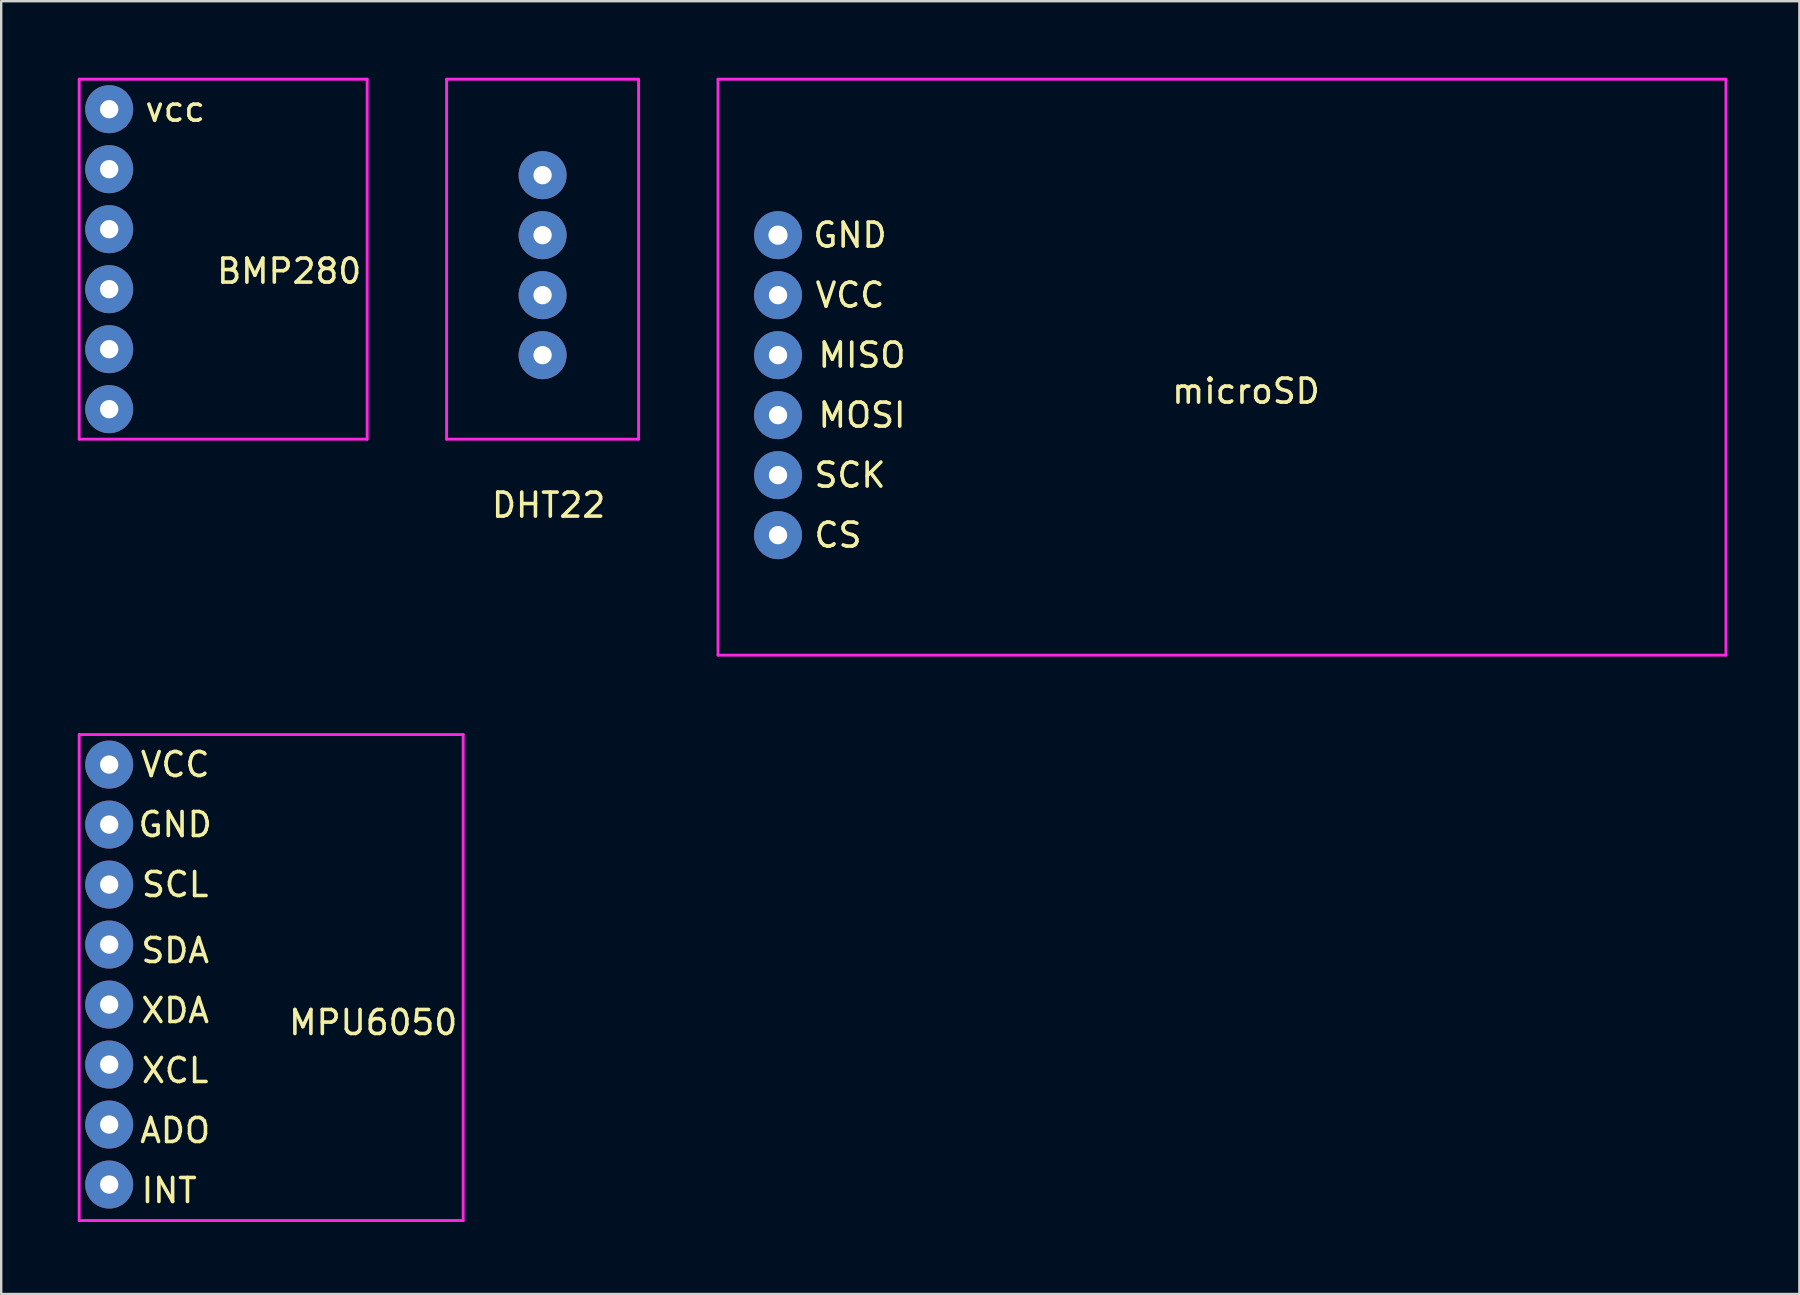
<source format=kicad_pcb>
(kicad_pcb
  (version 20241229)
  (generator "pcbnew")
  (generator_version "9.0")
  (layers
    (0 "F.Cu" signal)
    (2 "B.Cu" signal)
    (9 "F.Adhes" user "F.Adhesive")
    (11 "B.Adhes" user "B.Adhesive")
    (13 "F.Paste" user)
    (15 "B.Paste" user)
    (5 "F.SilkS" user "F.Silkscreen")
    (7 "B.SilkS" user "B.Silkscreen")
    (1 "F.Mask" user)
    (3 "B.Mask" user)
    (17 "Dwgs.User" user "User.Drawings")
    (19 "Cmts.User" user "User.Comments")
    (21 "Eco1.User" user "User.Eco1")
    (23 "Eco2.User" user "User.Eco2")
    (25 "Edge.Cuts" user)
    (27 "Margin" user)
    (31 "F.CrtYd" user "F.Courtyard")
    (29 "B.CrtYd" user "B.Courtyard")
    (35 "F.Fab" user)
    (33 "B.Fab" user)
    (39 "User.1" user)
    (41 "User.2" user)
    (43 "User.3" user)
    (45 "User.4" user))
  (footprint "DHT22"
    (layer "F.Cu")
    (at 15.56 0.25)
    (property "Reference" "DHT22" (at 4.25 17.75 0) (layer "F.SilkS") (effects (font (size 1 1) (thickness 0.15))))
    (attr through_hole)
    (fp_line (start 0 0) (end 8 0) (stroke (width 0.12) (type solid)) (layer "F.CrtYd"))
    (fp_line (start 0 15) (end 0 0) (stroke (width 0.12) (type solid)) (layer "F.CrtYd"))
    (fp_line (start 8 0) (end 8 15) (stroke (width 0.12) (type solid)) (layer "F.CrtYd"))
    (fp_line (start 8 15) (end 0 15) (stroke (width 0.12) (type solid)) (layer "F.CrtYd"))
    (pad "1" thru_hole circle (at 4 4) (size 2 2) (drill 0.762) (layers "*.Cu" "*.Mask"))
    (pad "2" thru_hole circle (at 4 6.5) (size 2 2) (drill 0.762) (layers "*.Cu" "*.Mask"))
    (pad "3" thru_hole circle (at 4 9) (size 2 2) (drill 0.762) (layers "*.Cu" "*.Mask"))
    (pad "4" thru_hole circle (at 4 11.5) (size 2 2) (drill 0.762) (layers "*.Cu" "*.Mask")))
  (footprint "microSD"
    (layer "F.Cu")
    (at 26.87 0.25)
    (property "Reference" "microSD" (at 22 13 0) (layer "F.SilkS") (effects (font (size 1 1) (thickness 0.15))))
    (attr through_hole)
    (fp_line (start 0 0) (end 42 0) (stroke (width 0.12) (type solid)) (layer "F.CrtYd"))
    (fp_line (start 0 24) (end 0 0) (stroke (width 0.12) (type solid)) (layer "F.CrtYd"))
    (fp_line (start 42 0) (end 42 24) (stroke (width 0.12) (type solid)) (layer "F.CrtYd"))
    (fp_line (start 42 24) (end 0 24) (stroke (width 0.12) (type solid)) (layer "F.CrtYd"))
    (fp_text user "CS" (at 5 19 0) (layer "F.SilkS") (effects (font (size 1 1) (thickness 0.15))))
    (fp_text user "SCK" (at 5.5 16.5 0) (layer "F.SilkS") (effects (font (size 1 1) (thickness 0.15))))
    (fp_text user "VCC" (at 5.5 9 0) (layer "F.SilkS") (effects (font (size 1 1) (thickness 0.15))))
    (fp_text user "GND" (at 5.5 6.5 0) (layer "F.SilkS") (effects (font (size 1 1) (thickness 0.15))))
    (fp_text user "MOSI" (at 6 14 0) (layer "F.SilkS") (effects (font (size 1 1) (thickness 0.15))))
    (fp_text user "MISO" (at 6 11.5 0) (layer "F.SilkS") (effects (font (size 1 1) (thickness 0.15))))
    (pad "1" thru_hole circle (at 2.5 6.5) (size 2 2) (drill 0.8) (layers "*.Cu" "*.Mask"))
    (pad "2" thru_hole circle (at 2.5 9) (size 2 2) (drill 0.762) (layers "*.Cu" "*.Mask"))
    (pad "3" thru_hole circle (at 2.5 11.5) (size 2 2) (drill 0.762) (layers "*.Cu" "*.Mask"))
    (pad "4" thru_hole circle (at 2.5 14) (size 2 2) (drill 0.762) (layers "*.Cu" "*.Mask"))
    (pad "5" thru_hole circle (at 2.5 16.5) (size 2 2) (drill 0.762) (layers "*.Cu" "*.Mask"))
    (pad "6" thru_hole circle (at 2.5 19) (size 2 2) (drill 0.762) (layers "*.Cu" "*.Mask")))
  (footprint "BMP280"
    (layer "F.Cu")
    (at 0.25 0.25)
    (property "Reference" "BMP280" (at 8.75 8 180) (layer "F.SilkS") (effects (font (size 1 1) (thickness 0.15))))
    (attr through_hole)
    (fp_line (start 0 0) (end 12 0) (stroke (width 0.12) (type solid)) (layer "F.CrtYd"))
    (fp_line (start 0 15) (end 0 0) (stroke (width 0.12) (type solid)) (layer "F.CrtYd"))
    (fp_line (start 12 0) (end 12 15) (stroke (width 0.12) (type solid)) (layer "F.CrtYd"))
    (fp_line (start 12 15) (end 0 15) (stroke (width 0.12) (type solid)) (layer "F.CrtYd"))
    (fp_text user "vcc" (at 4 1.25 0) (layer "F.SilkS") (effects (font (size 1 1) (thickness 0.15))))
    (fp_text user "scl" (at 3.75 6.25 0) (layer "B.Paste") (effects (font (size 1 1) (thickness 0.15))))
    (fp_text user "sda" (at 4 8.75 0) (layer "B.Paste") (effects (font (size 1 1) (thickness 0.15))))
    (fp_text user "csb" (at 3.75 11.25 0) (layer "B.Paste") (effects (font (size 1 1) (thickness 0.15))))
    (fp_text user "sdd" (at 3.75 13.75 0) (layer "B.Paste") (effects (font (size 1 1) (thickness 0.15))))
    (fp_text user "gnd" (at 4 3.75 0) (layer "B.Paste") (effects (font (size 1 1) (thickness 0.15))))
    (pad "1" thru_hole circle (at 1.25 13.75 90) (size 2 2) (drill 0.762) (layers "*.Cu" "*.Mask"))
    (pad "2" thru_hole circle (at 1.25 11.25 90) (size 2 2) (drill 0.762) (layers "*.Cu" "*.Mask"))
    (pad "3" thru_hole circle (at 1.25 8.75 90) (size 2 2) (drill 0.762) (layers "*.Cu" "*.Mask"))
    (pad "4" thru_hole circle (at 1.25 6.25 90) (size 2 2) (drill 0.762) (layers "*.Cu" "*.Mask"))
    (pad "5" thru_hole circle (at 1.25 3.75 90) (size 2 2) (drill 0.762) (layers "*.Cu" "*.Mask"))
    (pad "6" thru_hole circle (at 1.25 1.25 90) (size 2 2) (drill 0.762) (layers "*.Cu" "*.Mask")))
  (footprint "MPU6050"
    (layer "F.Cu")
    (at 0.25 27.56)
    (property "Reference" "MPU6050" (at 12.25 12 0) (layer "F.SilkS") (effects (font (size 1 1) (thickness 0.15))))
    (attr through_hole)
    (fp_line (start 0 0) (end 16 0) (stroke (width 0.12) (type solid)) (layer "F.CrtYd"))
    (fp_line (start 0 20.25) (end 0 0) (stroke (width 0.12) (type solid)) (layer "F.CrtYd"))
    (fp_line (start 16 0) (end 16 20.25) (stroke (width 0.12) (type solid)) (layer "F.CrtYd"))
    (fp_line (start 16 20.25) (end 0 20.25) (stroke (width 0.12) (type solid)) (layer "F.CrtYd"))
    (fp_text user "VCC" (at 4 1.25 0) (layer "F.SilkS") (effects (font (size 1 1) (thickness 0.15))))
    (fp_text user "ADO" (at 4 16.5 0) (layer "F.SilkS") (effects (font (size 1 1) (thickness 0.15))))
    (fp_text user "XDA" (at 4 11.5 0) (layer "F.SilkS") (effects (font (size 1 1) (thickness 0.15))))
    (fp_text user "XCL" (at 4 14 0) (layer "F.SilkS") (effects (font (size 1 1) (thickness 0.15))))
    (fp_text user "SDA" (at 4 9 0) (layer "F.SilkS") (effects (font (size 1 1) (thickness 0.15))))
    (fp_text user "INT" (at 3.75 19 0) (layer "F.SilkS") (effects (font (size 1 1) (thickness 0.15))))
    (fp_text user "GND" (at 4 3.75 0) (layer "F.SilkS") (effects (font (size 1 1) (thickness 0.15))))
    (fp_text user "SCL" (at 4 6.25 0) (layer "F.SilkS") (effects (font (size 1 1) (thickness 0.15))))
    (pad "1" thru_hole circle (at 1.25 1.25) (size 2 2) (drill 0.762) (layers "*.Cu" "*.Mask"))
    (pad "2" thru_hole circle (at 1.25 3.75) (size 2 2) (drill 0.762) (layers "*.Cu" "*.Mask"))
    (pad "3" thru_hole circle (at 1.25 6.25) (size 2 2) (drill 0.762) (layers "*.Cu" "*.Mask"))
    (pad "4" thru_hole circle (at 1.25 8.75) (size 2 2) (drill 0.762) (layers "*.Cu" "*.Mask"))
    (pad "5" thru_hole circle (at 1.25 11.25) (size 2 2) (drill 0.762) (layers "*.Cu" "*.Mask"))
    (pad "6" thru_hole circle (at 1.25 13.75) (size 2 2) (drill 0.762) (layers "*.Cu" "*.Mask"))
    (pad "7" thru_hole circle (at 1.25 16.25) (size 2 2) (drill 0.762) (layers "*.Cu" "*.Mask"))
    (pad "8" thru_hole circle (at 1.25 18.75) (size 2 2) (drill 0.762) (layers "*.Cu" "*.Mask")))
  (gr_rect
    (start -3 -3)
    (end 71.93 50.87)
    (stroke (width 0.1) (type default))
    (fill no)
    (layer "Edge.Cuts")))
</source>
